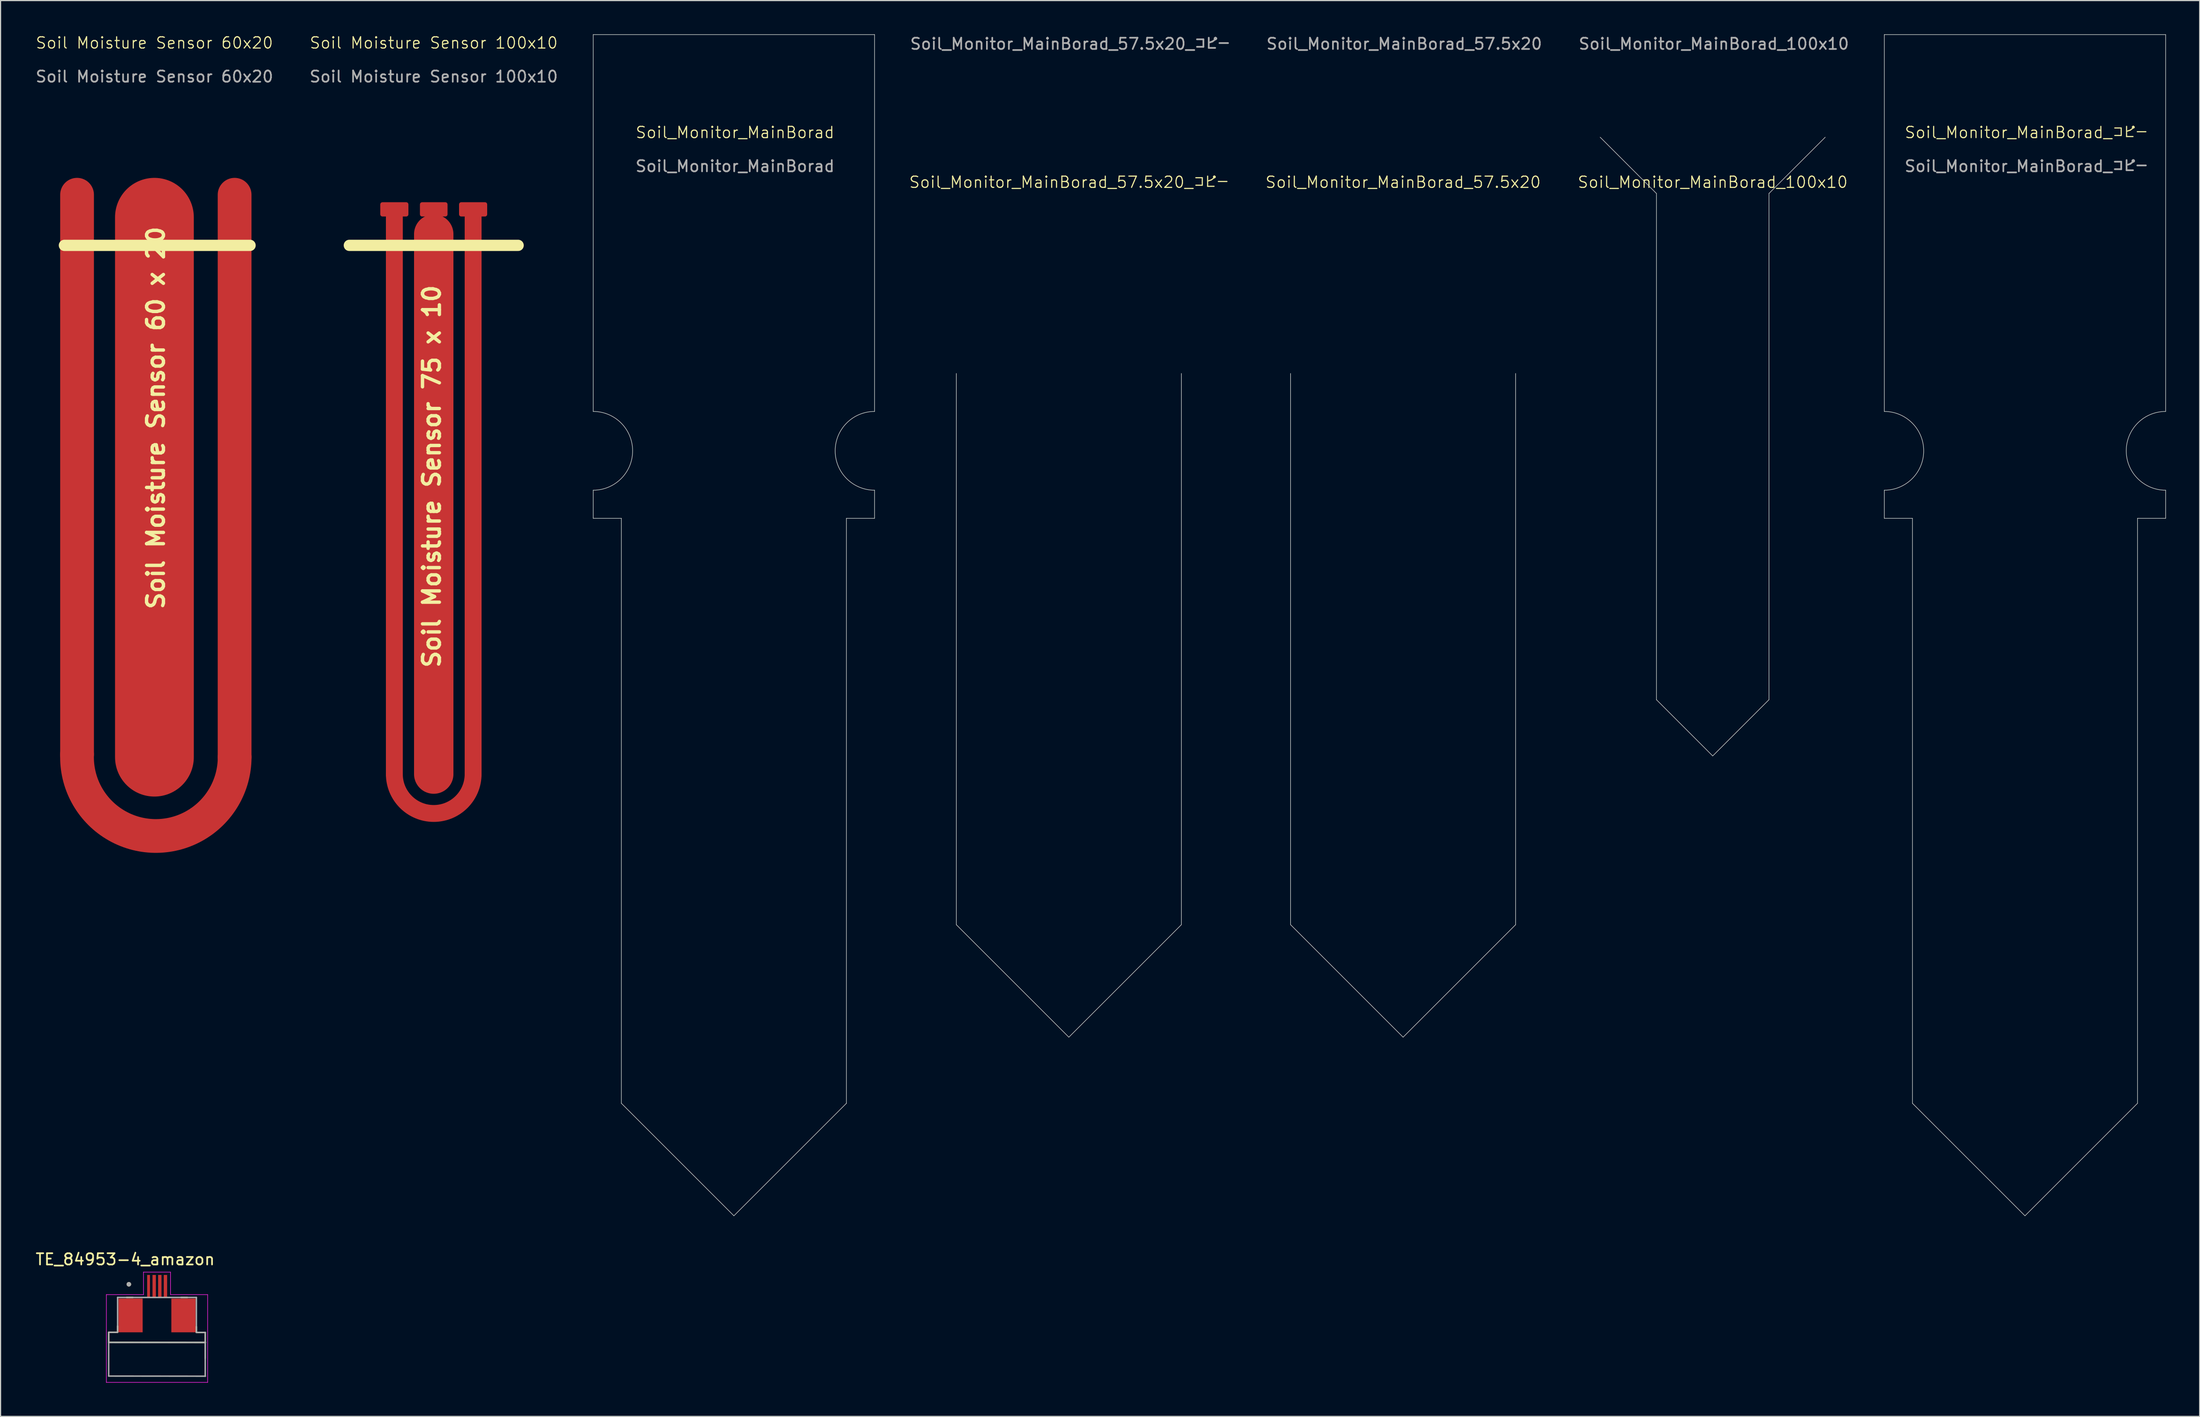
<source format=kicad_pcb>
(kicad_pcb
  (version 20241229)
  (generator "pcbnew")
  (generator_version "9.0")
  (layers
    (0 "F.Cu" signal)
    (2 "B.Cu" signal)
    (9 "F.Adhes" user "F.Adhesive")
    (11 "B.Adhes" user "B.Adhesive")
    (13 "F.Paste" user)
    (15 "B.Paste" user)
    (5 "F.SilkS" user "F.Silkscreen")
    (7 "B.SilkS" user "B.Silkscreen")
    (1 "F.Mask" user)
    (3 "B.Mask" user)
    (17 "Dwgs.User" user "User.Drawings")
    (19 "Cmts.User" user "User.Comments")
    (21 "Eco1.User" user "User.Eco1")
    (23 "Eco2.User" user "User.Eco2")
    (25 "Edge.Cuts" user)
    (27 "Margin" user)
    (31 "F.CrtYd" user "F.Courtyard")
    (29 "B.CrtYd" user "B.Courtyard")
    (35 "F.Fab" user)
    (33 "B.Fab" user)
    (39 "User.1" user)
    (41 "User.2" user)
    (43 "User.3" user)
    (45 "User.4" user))
  (footprint "Soil Moisture Sensor 100x10"
    (layer "F.Cu")
    (at 35.494 18.761)
    (property "Reference" "Soil Moisture Sensor 100x10" (at 0 -18 0) (unlocked yes) (layer "F.SilkS") (effects (font (size 1 1) (thickness 0.1))))
    (attr smd)
    (fp_line (start -3.5 47) (end -3.5 -2.5) (stroke (width 1.5) (type solid)) (layer "F.Cu"))
    (fp_line (start 0 -1) (end 0 47) (stroke (width 3.5) (type solid)) (layer "F.Cu"))
    (fp_line (start 3.5 47) (end 3.5 -2.5) (stroke (width 1.5) (type solid)) (layer "F.Cu"))
    (fp_arc (start 3.5 47) (mid 0 50.5) (end -3.5 47) (stroke (width 1.5) (type solid)) (layer "F.Cu"))
    (fp_line (start -7.5 0) (end 7.5 0) (stroke (width 1) (type solid)) (layer "F.SilkS"))
    (fp_text user "Soil Moisture Sensor 75 x 10" (at 0.7 37.7 90) (unlocked yes) (layer "F.SilkS") (effects (font (size 1.5 1.5) (thickness 0.3) (bold yes)) (justify left bottom)))
    (fp_text user "${REFERENCE}" (at 0 -15 0) (unlocked yes) (layer "F.Fab") (effects (font (size 1 1) (thickness 0.15))))
    (pad "1" smd roundrect (at 0 -3.2) (size 2.453 1.27) (layers "F.Cu") (roundrect_rratio 0.15))
    (pad "2" smd roundrect (at -3.5 -3.2) (size 2.5 1.27) (layers "F.Cu") (roundrect_rratio 0.15))
    (pad "2" smd roundrect (at 3.5 -3.2) (size 2.5 1.27) (layers "F.Cu") (roundrect_rratio 0.15)))
  (footprint "Soil Moisture Sensor 60x20"
    (layer "F.Cu")
    (at 10.673 18.761)
    (property "Reference" "Soil Moisture Sensor 60x20" (at 0 -18 0) (unlocked yes) (layer "F.SilkS") (effects (font (size 1 1) (thickness 0.1))))
    (attr smd)
    (fp_line (start -6.875 45.247) (end -6.875 -4.5) (stroke (width 3) (type solid)) (layer "F.Cu"))
    (fp_line (start 0 -2.5) (end 0 45.497) (stroke (width 7) (type solid)) (layer "F.Cu"))
    (fp_line (start 7.125 45.497) (end 7.125 -4.5) (stroke (width 3) (type solid)) (layer "F.Cu"))
    (fp_arc (start 7.129483 45.496653) (mid 0 52.5) (end -6.87498 45.246653) (stroke (width 3) (type solid)) (layer "F.Cu"))
    (fp_line (start -8 0) (end 8.5 0) (stroke (width 1) (type solid)) (layer "F.SilkS"))
    (fp_text user "Soil Moisture Sensor 60 x 20" (at 1 32.5 90) (unlocked yes) (layer "F.SilkS") (effects (font (size 1.5 1.5) (thickness 0.3) (bold yes)) (justify left bottom)))
    (fp_text user "${REFERENCE}" (at 0 -15 0) (unlocked yes) (layer "F.Fab") (effects (font (size 1 1) (thickness 0.15))))
    (pad "1" smd roundrect (at 0 -4.5) (size 2.453 1.27) (layers "F.Cu") (roundrect_rratio 0.15))
    (pad "2" smd roundrect (at -6.875 -4.5) (size 2.5 1.27) (layers "F.Cu") (roundrect_rratio 0.15))
    (pad "2" smd roundrect (at 7.125 -4.5) (size 2.5 1.27) (layers "F.Cu") (roundrect_rratio 0.15)))
  (footprint "Soil_Monitor_MainBorad_57.5x20"
    (layer "F.Cu")
    (at 121.637 14.148)
    (property "Reference" "Soil_Monitor_MainBorad_57.5x20" (at 0 -1 0) (unlocked yes) (layer "F.SilkS") (effects (font (size 1 1) (thickness 0.1))))
    (attr smd)
    (fp_line (start -10 65) (end -10 16) (stroke (width 0.05) (type solid)) (layer "Edge.Cuts"))
    (fp_line (start 0 75) (end -10 65) (stroke (width 0.05) (type solid)) (layer "Edge.Cuts"))
    (fp_line (start 0 75) (end 10 65) (stroke (width 0.05) (type solid)) (layer "Edge.Cuts"))
    (fp_line (start 10 65) (end 10 16) (stroke (width 0.05) (type solid)) (layer "Edge.Cuts"))
    (fp_text user "${REFERENCE}" (at 0.1 -13.3 0) (unlocked yes) (layer "F.Fab") (effects (font (size 1 1) (thickness 0.15)))))
  (footprint "Soil_Monitor_MainBorad_コピー"
    (layer "F.Cu")
    (at 176.9 25.025)
    (property "Reference" "Soil_Monitor_MainBorad_コピー" (at 0.1 -16.3 0) (unlocked yes) (layer "F.SilkS") (effects (font (size 1 1) (thickness 0.1))))
    (attr smd)
    (fp_line (start -12.5 -25) (end -12.5 8.5) (stroke (width 0.05) (type default)) (layer "Edge.Cuts"))
    (fp_line (start -12.5 -25) (end 12.5 -25) (stroke (width 0.05) (type default)) (layer "Edge.Cuts"))
    (fp_line (start -12.5 15.5) (end -12.5 18) (stroke (width 0.05) (type default)) (layer "Edge.Cuts"))
    (fp_line (start -12.5 18) (end -10 18) (stroke (width 0.05) (type solid)) (layer "Edge.Cuts"))
    (fp_line (start -10 70) (end -10 18) (stroke (width 0.05) (type solid)) (layer "Edge.Cuts"))
    (fp_line (start 0 80) (end -10 70) (stroke (width 0.05) (type solid)) (layer "Edge.Cuts"))
    (fp_line (start 0 80) (end 10 70) (stroke (width 0.05) (type solid)) (layer "Edge.Cuts"))
    (fp_line (start 10 18) (end 12.5 18) (stroke (width 0.05) (type solid)) (layer "Edge.Cuts"))
    (fp_line (start 10 70) (end 10 18) (stroke (width 0.05) (type solid)) (layer "Edge.Cuts"))
    (fp_line (start 12.5 -25) (end 12.5 8.5) (stroke (width 0.05) (type default)) (layer "Edge.Cuts"))
    (fp_line (start 12.5 15.5) (end 12.5 18) (stroke (width 0.05) (type default)) (layer "Edge.Cuts"))
    (fp_arc (start -12.5 8.5) (mid -9 12) (end -12.5 15.5) (stroke (width 0.05) (type solid)) (layer "Edge.Cuts"))
    (fp_arc (start 12.5 15.5) (mid 9 12) (end 12.5 8.5) (stroke (width 0.05) (type solid)) (layer "Edge.Cuts"))
    (fp_text user "${REFERENCE}" (at 0.1 -13.3 0) (unlocked yes) (layer "F.Fab") (effects (font (size 1 1) (thickness 0.15)))))
  (footprint "Soil_Monitor_MainBorad_100x10"
    (layer "F.Cu")
    (at 149.15 14.148)
    (property "Reference" "Soil_Monitor_MainBorad_100x10" (at 0 -1 0) (unlocked yes) (layer "F.SilkS") (effects (font (size 1 1) (thickness 0.1))))
    (attr smd)
    (fp_line (start -5 0) (end -10 -5) (stroke (width 0.05) (type default)) (layer "Edge.Cuts"))
    (fp_line (start -5 45) (end -5 0) (stroke (width 0.05) (type solid)) (layer "Edge.Cuts"))
    (fp_line (start -0.000341 50) (end -5 45) (stroke (width 0.05) (type solid)) (layer "Edge.Cuts"))
    (fp_line (start 0.002 49.998) (end 4.998 45.002) (stroke (width 0.05) (type solid)) (layer "Edge.Cuts"))
    (fp_line (start 5 0) (end 5 45) (stroke (width 0.05) (type solid)) (layer "Edge.Cuts"))
    (fp_line (start 5 0) (end 10 -5) (stroke (width 0.05) (type default)) (layer "Edge.Cuts"))
    (fp_text user "${REFERENCE}" (at 0.1 -13.3 0) (unlocked yes) (layer "F.Fab") (effects (font (size 1 1) (thickness 0.15)))))
  (footprint "Soil_Monitor_MainBorad_57.5x20_コピー"
    (layer "F.Cu")
    (at 91.933 14.148)
    (property "Reference" "Soil_Monitor_MainBorad_57.5x20_コピー" (at 0 -1 0) (unlocked yes) (layer "F.SilkS") (effects (font (size 1 1) (thickness 0.1))))
    (attr smd)
    (fp_line (start -10 65) (end -10 16) (stroke (width 0.05) (type solid)) (layer "Edge.Cuts"))
    (fp_line (start 0 75) (end -10 65) (stroke (width 0.05) (type solid)) (layer "Edge.Cuts"))
    (fp_line (start 0 75) (end 10 65) (stroke (width 0.05) (type solid)) (layer "Edge.Cuts"))
    (fp_line (start 10 65) (end 10 16) (stroke (width 0.05) (type solid)) (layer "Edge.Cuts"))
    (fp_text user "${REFERENCE}" (at 0.1 -13.3 0) (unlocked yes) (layer "F.Fab") (effects (font (size 1 1) (thickness 0.15)))))
  (footprint "TE_84953-4_amazon"
    (layer "F.Cu")
    (at 10.902 111.283)
    (property "Reference" "TE_84953-4_amazon" (at -2.825 -2.385 0) (layer "F.SilkS") (effects (font (size 1 1) (thickness 0.15))))
    (attr smd)
    (fp_line (start -4.293 4.99) (end -4.293 4.1) (stroke (width 0.127) (type solid)) (layer "F.SilkS"))
    (fp_line (start -3.507 4.1) (end -4.293 4.1) (stroke (width 0.127) (type solid)) (layer "F.SilkS"))
    (fp_line (start -3.5 3.545) (end -3.5 4.055) (stroke (width 0.127) (type solid)) (layer "F.SilkS"))
    (fp_line (start -2.7 1) (end -2.14 1) (stroke (width 0.127) (type solid)) (layer "F.SilkS"))
    (fp_line (start 2.14 1) (end 2.7 1) (stroke (width 0.127) (type solid)) (layer "F.SilkS"))
    (fp_line (start 3.5 3.6) (end 3.5 4.11) (stroke (width 0.127) (type solid)) (layer "F.SilkS"))
    (fp_line (start 4.285 4.11) (end 3.5 4.11) (stroke (width 0.127) (type solid)) (layer "F.SilkS"))
    (fp_line (start 4.285 4.11) (end 4.285 5) (stroke (width 0.127) (type solid)) (layer "F.SilkS"))
    (fp_line (start 4.3 5) (end -4.293 4.99) (stroke (width 0.127) (type solid)) (layer "F.SilkS"))
    (fp_circle (center -2.5 -0.17) (end -2.4 -0.17) (stroke (width 0.2) (type solid)) (fill no) (layer "F.SilkS"))
    (fp_line (start -4.5 0.75) (end -1.2 0.75) (stroke (width 0.05) (type solid)) (layer "F.CrtYd"))
    (fp_line (start -4.5 8.55) (end -4.5 0.75) (stroke (width 0.05) (type solid)) (layer "F.CrtYd"))
    (fp_line (start -1.2 -1.25) (end 1.2 -1.25) (stroke (width 0.05) (type solid)) (layer "F.CrtYd"))
    (fp_line (start -1.2 0.75) (end -1.2 -1.25) (stroke (width 0.05) (type solid)) (layer "F.CrtYd"))
    (fp_line (start 1.2 -1.25) (end 1.2 0.75) (stroke (width 0.05) (type solid)) (layer "F.CrtYd"))
    (fp_line (start 1.2 0.75) (end 4.5 0.75) (stroke (width 0.05) (type solid)) (layer "F.CrtYd"))
    (fp_line (start 4.5 0.75) (end 4.5 8.55) (stroke (width 0.05) (type solid)) (layer "F.CrtYd"))
    (fp_line (start 4.5 8.55) (end -4.5 8.55) (stroke (width 0.05) (type solid)) (layer "F.CrtYd"))
    (fp_line (start -4.293 4.1) (end -4.293 4.99) (stroke (width 0.127) (type solid)) (layer "F.Fab"))
    (fp_line (start -4.293 7.99) (end -4.293 4.99) (stroke (width 0.127) (type solid)) (layer "F.Fab"))
    (fp_line (start -3.507 4.1) (end -4.293 4.1) (stroke (width 0.127) (type solid)) (layer "F.Fab"))
    (fp_line (start -3.5 1) (end -3.5 4.11) (stroke (width 0.127) (type solid)) (layer "F.Fab"))
    (fp_line (start -3.5 1) (end 3.5 1) (stroke (width 0.127) (type solid)) (layer "F.Fab"))
    (fp_line (start 3.5 1) (end 3.5 4.11) (stroke (width 0.127) (type solid)) (layer "F.Fab"))
    (fp_line (start 4.285 4.11) (end 4.285 6.41) (stroke (width 0.127) (type solid)) (layer "F.Fab"))
    (fp_line (start 4.285 5) (end 4.285 8) (stroke (width 0.127) (type solid)) (layer "F.Fab"))
    (fp_line (start 4.293 4.11) (end 3.507 4.11) (stroke (width 0.127) (type solid)) (layer "F.Fab"))
    (fp_line (start 4.3 5) (end -4.3 5) (stroke (width 0.127) (type solid)) (layer "F.Fab"))
    (fp_line (start 4.3 8) (end -4.293 7.99) (stroke (width 0.127) (type solid)) (layer "F.Fab"))
    (fp_circle (center -2.5 -0.17) (end -2.4 -0.17) (stroke (width 0.2) (type solid)) (fill no) (layer "F.Fab"))
    (pad "1" smd rect (at -0.75 0) (size 0.25 2) (layers "F.Cu" "F.Mask" "F.Paste"))
    (pad "2" smd rect (at -0.25 0) (size 0.3 2) (layers "F.Cu" "F.Mask" "F.Paste"))
    (pad "3" smd rect (at 0.25 0) (size 0.3 2) (layers "F.Cu" "F.Mask" "F.Paste"))
    (pad "4" smd rect (at 0.75 0) (size 0.3 2) (layers "F.Cu" "F.Mask" "F.Paste"))
    (pad "MP" smd rect (at -2.35 2.6) (size 2.15 3) (layers "F.Cu" "F.Mask" "F.Paste"))
    (pad "MP" smd rect (at 2.35 2.6) (size 2.15 3) (layers "F.Cu" "F.Mask" "F.Paste")))
  (footprint "Soil_Monitor_MainBorad"
    (layer "F.Cu")
    (at 62.168 25.025)
    (property "Reference" "Soil_Monitor_MainBorad" (at 0.1 -16.3 0) (unlocked yes) (layer "F.SilkS") (effects (font (size 1 1) (thickness 0.1))))
    (attr smd)
    (fp_line (start -12.5 -25) (end -12.5 8.5) (stroke (width 0.05) (type default)) (layer "Edge.Cuts"))
    (fp_line (start -12.5 -25) (end 12.5 -25) (stroke (width 0.05) (type default)) (layer "Edge.Cuts"))
    (fp_line (start -12.5 15.5) (end -12.5 18) (stroke (width 0.05) (type default)) (layer "Edge.Cuts"))
    (fp_line (start -12.5 18) (end -10 18) (stroke (width 0.05) (type solid)) (layer "Edge.Cuts"))
    (fp_line (start -10 70) (end -10 18) (stroke (width 0.05) (type solid)) (layer "Edge.Cuts"))
    (fp_line (start 0 80) (end -10 70) (stroke (width 0.05) (type solid)) (layer "Edge.Cuts"))
    (fp_line (start 0 80) (end 10 70) (stroke (width 0.05) (type solid)) (layer "Edge.Cuts"))
    (fp_line (start 10 18) (end 12.5 18) (stroke (width 0.05) (type solid)) (layer "Edge.Cuts"))
    (fp_line (start 10 70) (end 10 18) (stroke (width 0.05) (type solid)) (layer "Edge.Cuts"))
    (fp_line (start 12.5 -25) (end 12.5 8.5) (stroke (width 0.05) (type default)) (layer "Edge.Cuts"))
    (fp_line (start 12.5 15.5) (end 12.5 18) (stroke (width 0.05) (type default)) (layer "Edge.Cuts"))
    (fp_arc (start -12.5 8.5) (mid -9 12) (end -12.5 15.5) (stroke (width 0.05) (type solid)) (layer "Edge.Cuts"))
    (fp_arc (start 12.5 15.5) (mid 9 12) (end 12.5 8.5) (stroke (width 0.05) (type solid)) (layer "Edge.Cuts"))
    (fp_text user "${REFERENCE}" (at 0.1 -13.3 0) (unlocked yes) (layer "F.Fab") (effects (font (size 1 1) (thickness 0.15)))))
  (gr_rect
    (start -3 -3)
    (end 192.425 122.858)
    (stroke (width 0.1) (type default))
    (fill no)
    (layer "Edge.Cuts")))
</source>
